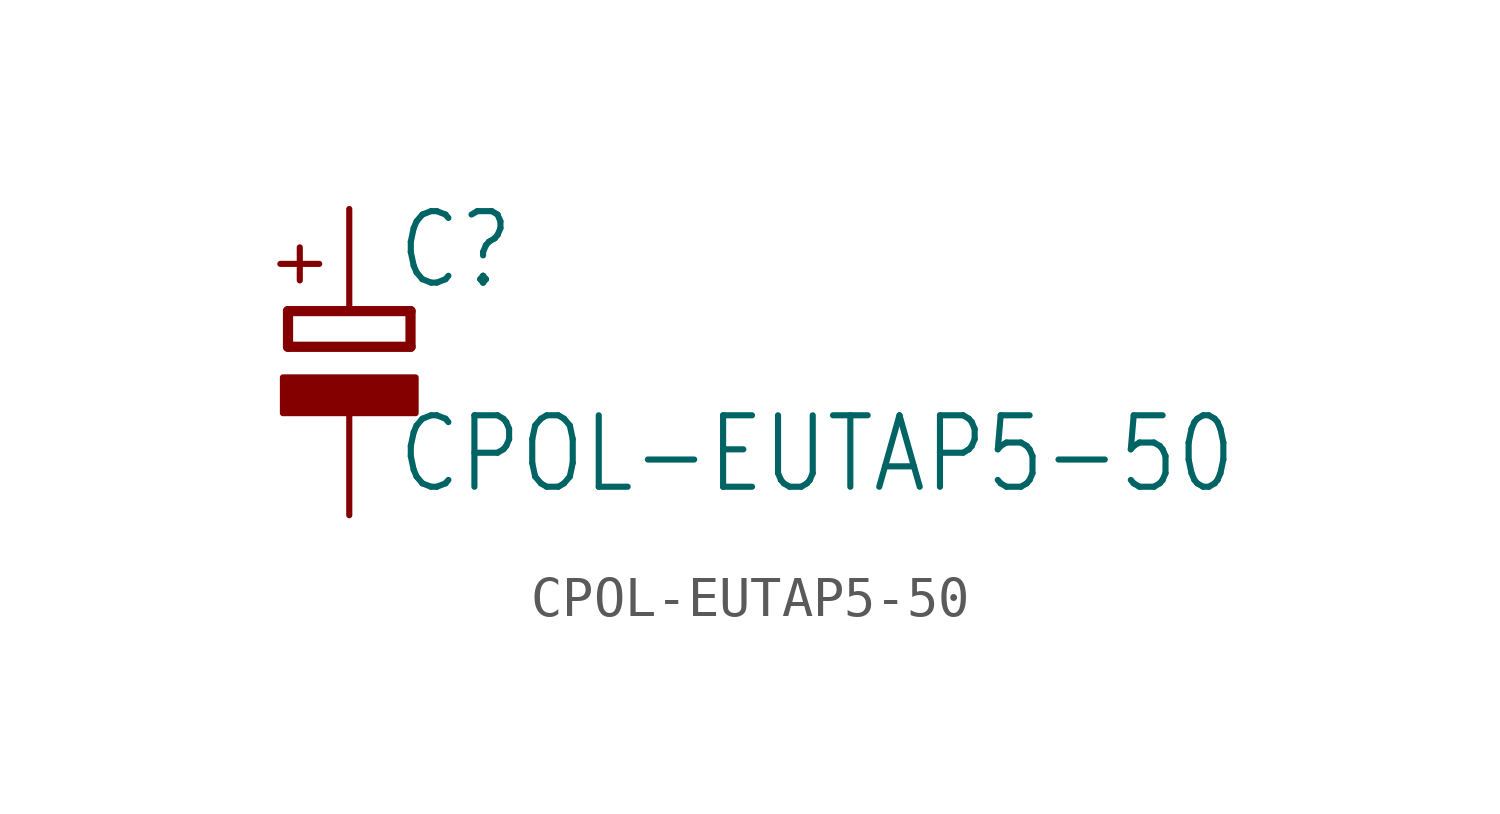
<source format=kicad_sym>
(kicad_symbol_lib
  (version 20211014)
  (generator kicad_symbol_editor)
  (symbol "CPOL-EUTAP5-50"
    (property "Reference" "C"
      (at 1.143 0.483 0)
      (effects (font (size 1.778 1.511)) (justify left bottom)))
    (property "Value" "CPOL-EUTAP5-50"
      (at 1.143 -4.597 0)
      (effects (font (size 1.778 1.511)) (justify left bottom)))
    (property "ki_locked" ""
      (at 0 0 0)
      (effects (font (size 1.27 1.27))))
    (symbol "CPOL-EUTAP5-50_1_0"
      (rectangle (start -1.651 -2.54) (end 1.651 -1.651) (stroke (width 0) (type default) (color 0 0 0 0)) (fill (type outline)))
      (polyline (pts (xy -1.524 -0.889) (xy 1.524 -0.889)) (stroke (width 0.254) (type default) (color 0 0 0 0)) (fill (type none)))
      (polyline (pts (xy -1.524 0) (xy -1.524 -0.889)) (stroke (width 0.254) (type default) (color 0 0 0 0)) (fill (type none)))
      (polyline (pts (xy -1.524 0) (xy 1.524 0)) (stroke (width 0.254) (type default) (color 0 0 0 0)) (fill (type none)))
      (polyline (pts (xy 1.524 -0.889) (xy 1.524 0)) (stroke (width 0.254) (type default) (color 0 0 0 0)) (fill (type none)))
      (text "+" (at -0.584 0.406 900) (effects (font (size 1.27 1.079)) (justify left bottom)))
      (pin passive line (at 0 2.54 270) (length 2.54) (name "+" (effects (font (size 0 0)))) (number "+" (effects (font (size 0 0)))))
      (pin passive line (at 0 -5.08 90) (length 2.54) (name "-" (effects (font (size 0 0)))) (number "-" (effects (font (size 0 0))))))))
</source>
